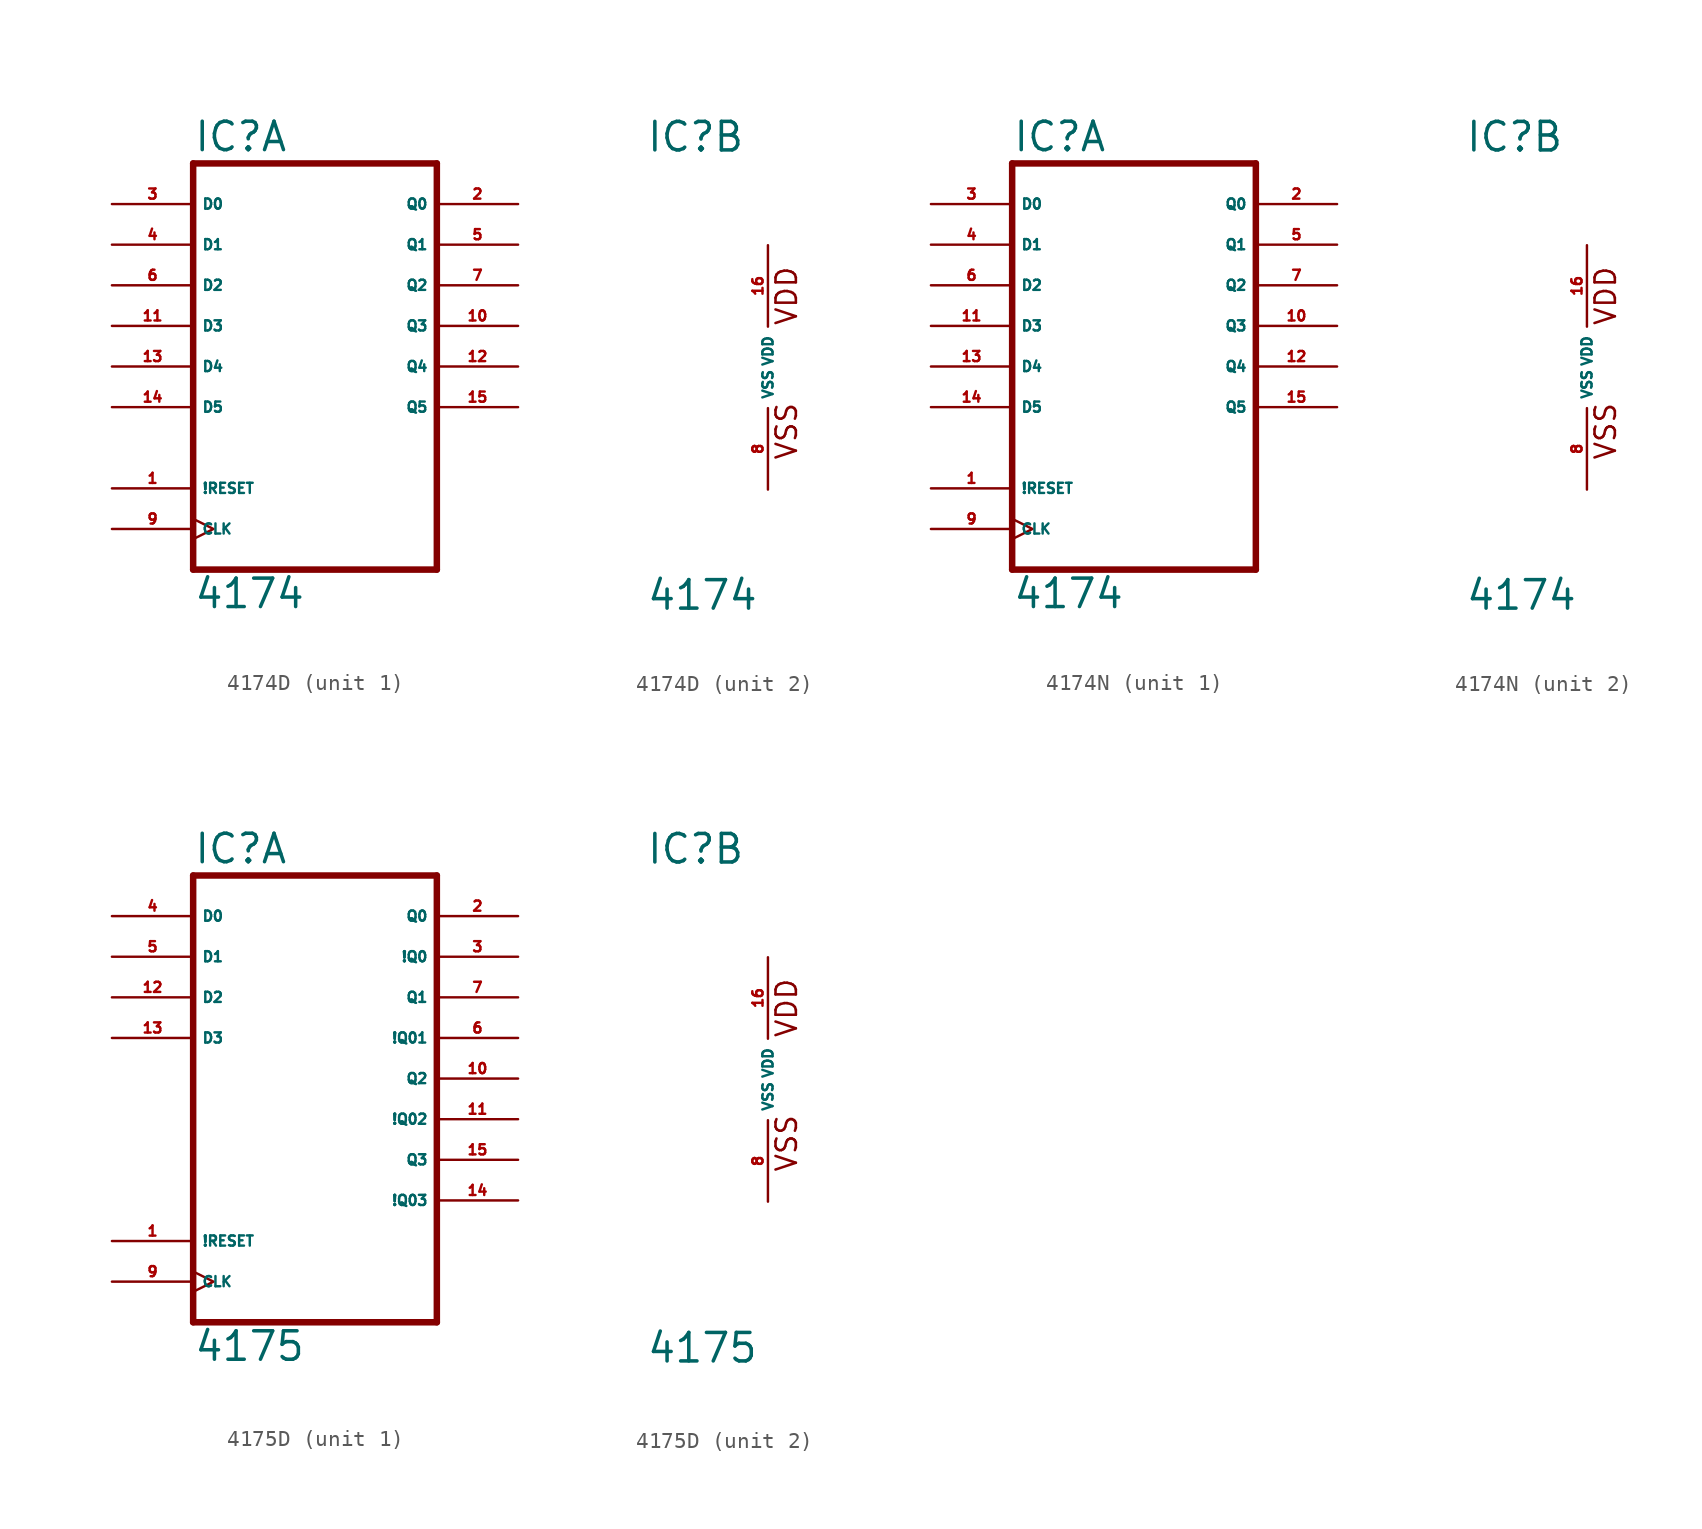
<source format=kicad_sym>
(kicad_symbol_lib
  (version 20220914)
  (generator Eagle2Kicad)
  (symbol "4174D"
    (property "Reference" "IC"
      (at -7.62 13.335 0)
      (effects (font (size 1.778 1.778) (thickness 0.22)) (justify left bottom)))
    (property "Value" "4174"
      (at -7.62 -15.24 0)
      (effects (font (size 1.778 1.778) (thickness 0.22)) (justify left bottom)))
    (symbol "4174D_1_0"
      (polyline (pts (xy -7.62 -12.7) (xy 7.62 -12.7)) (stroke (width 0.406) (type default)) (fill (type none)))
      (polyline (pts (xy 7.62 -12.7) (xy 7.62 12.7)) (stroke (width 0.406) (type default)) (fill (type none)))
      (polyline (pts (xy 7.62 12.7) (xy -7.62 12.7)) (stroke (width 0.406) (type default)) (fill (type none)))
      (polyline (pts (xy -7.62 12.7) (xy -7.62 -12.7)) (stroke (width 0.406) (type default)) (fill (type none)))
      (pin input line (at -12.7 -7.62 0) (length 5.08) (name "!RESET" (effects (font (size 0.635 0.635) (thickness 0.08)) (justify left bottom))) (number "1" (effects (font (size 0.635 0.635) (thickness 0.08)) (justify left bottom))))
      (pin input line (at -12.7 10.16 0) (length 5.08) (name "D0" (effects (font (size 0.635 0.635) (thickness 0.08)) (justify left bottom))) (number "3" (effects (font (size 0.635 0.635) (thickness 0.08)) (justify left bottom))))
      (pin output line (at 12.7 10.16 180) (length 5.08) (name "Q0" (effects (font (size 0.635 0.635) (thickness 0.08)) (justify left bottom))) (number "2" (effects (font (size 0.635 0.635) (thickness 0.08)) (justify left bottom))))
      (pin input clock (at -12.7 -10.16 0) (length 5.08) (name "CLK" (effects (font (size 0.635 0.635) (thickness 0.08)) (justify left bottom))) (number "9" (effects (font (size 0.635 0.635) (thickness 0.08)) (justify left bottom))))
      (pin input line (at -12.7 7.62 0) (length 5.08) (name "D1" (effects (font (size 0.635 0.635) (thickness 0.08)) (justify left bottom))) (number "4" (effects (font (size 0.635 0.635) (thickness 0.08)) (justify left bottom))))
      (pin input line (at -12.7 5.08 0) (length 5.08) (name "D2" (effects (font (size 0.635 0.635) (thickness 0.08)) (justify left bottom))) (number "6" (effects (font (size 0.635 0.635) (thickness 0.08)) (justify left bottom))))
      (pin input line (at -12.7 2.54 0) (length 5.08) (name "D3" (effects (font (size 0.635 0.635) (thickness 0.08)) (justify left bottom))) (number "11" (effects (font (size 0.635 0.635) (thickness 0.08)) (justify left bottom))))
      (pin input line (at -12.7 0 0) (length 5.08) (name "D4" (effects (font (size 0.635 0.635) (thickness 0.08)) (justify left bottom))) (number "13" (effects (font (size 0.635 0.635) (thickness 0.08)) (justify left bottom))))
      (pin input line (at -12.7 -2.54 0) (length 5.08) (name "D5" (effects (font (size 0.635 0.635) (thickness 0.08)) (justify left bottom))) (number "14" (effects (font (size 0.635 0.635) (thickness 0.08)) (justify left bottom))))
      (pin output line (at 12.7 7.62 180) (length 5.08) (name "Q1" (effects (font (size 0.635 0.635) (thickness 0.08)) (justify left bottom))) (number "5" (effects (font (size 0.635 0.635) (thickness 0.08)) (justify left bottom))))
      (pin output line (at 12.7 5.08 180) (length 5.08) (name "Q2" (effects (font (size 0.635 0.635) (thickness 0.08)) (justify left bottom))) (number "7" (effects (font (size 0.635 0.635) (thickness 0.08)) (justify left bottom))))
      (pin output line (at 12.7 2.54 180) (length 5.08) (name "Q3" (effects (font (size 0.635 0.635) (thickness 0.08)) (justify left bottom))) (number "10" (effects (font (size 0.635 0.635) (thickness 0.08)) (justify left bottom))))
      (pin output line (at 12.7 0 180) (length 5.08) (name "Q4" (effects (font (size 0.635 0.635) (thickness 0.08)) (justify left bottom))) (number "12" (effects (font (size 0.635 0.635) (thickness 0.08)) (justify left bottom))))
      (pin output line (at 12.7 -2.54 180) (length 5.08) (name "Q5" (effects (font (size 0.635 0.635) (thickness 0.08)) (justify left bottom))) (number "15" (effects (font (size 0.635 0.635) (thickness 0.08)) (justify left bottom)))))
    (symbol "4174D_2_0"
      (text "VDD" (at 1.905 2.54 900) (effects (font (size 1.27 1.27) (thickness 0.16)) (justify left bottom)))
      (text "VSS" (at 1.905 -5.842 900) (effects (font (size 1.27 1.27) (thickness 0.16)) (justify left bottom)))
      (pin unspecified line (at 0 -7.62 90) (length 5.08) (name "VSS" (effects (font (size 0.635 0.635) (thickness 0.08)) (justify left bottom))) (number "8" (effects (font (size 0.635 0.635) (thickness 0.08)) (justify left bottom))))
      (pin unspecified line (at 0 7.62 270) (length 5.08) (name "VDD" (effects (font (size 0.635 0.635) (thickness 0.08)) (justify left bottom))) (number "16" (effects (font (size 0.635 0.635) (thickness 0.08)) (justify left bottom))))))
  (symbol "4174N"
    (property "Reference" "IC"
      (at -7.62 13.335 0)
      (effects (font (size 1.778 1.778) (thickness 0.22)) (justify left bottom)))
    (property "Value" "4174"
      (at -7.62 -15.24 0)
      (effects (font (size 1.778 1.778) (thickness 0.22)) (justify left bottom)))
    (symbol "4174N_1_0"
      (polyline (pts (xy -7.62 -12.7) (xy 7.62 -12.7)) (stroke (width 0.406) (type default)) (fill (type none)))
      (polyline (pts (xy 7.62 -12.7) (xy 7.62 12.7)) (stroke (width 0.406) (type default)) (fill (type none)))
      (polyline (pts (xy 7.62 12.7) (xy -7.62 12.7)) (stroke (width 0.406) (type default)) (fill (type none)))
      (polyline (pts (xy -7.62 12.7) (xy -7.62 -12.7)) (stroke (width 0.406) (type default)) (fill (type none)))
      (pin input line (at -12.7 -7.62 0) (length 5.08) (name "!RESET" (effects (font (size 0.635 0.635) (thickness 0.08)) (justify left bottom))) (number "1" (effects (font (size 0.635 0.635) (thickness 0.08)) (justify left bottom))))
      (pin input line (at -12.7 10.16 0) (length 5.08) (name "D0" (effects (font (size 0.635 0.635) (thickness 0.08)) (justify left bottom))) (number "3" (effects (font (size 0.635 0.635) (thickness 0.08)) (justify left bottom))))
      (pin output line (at 12.7 10.16 180) (length 5.08) (name "Q0" (effects (font (size 0.635 0.635) (thickness 0.08)) (justify left bottom))) (number "2" (effects (font (size 0.635 0.635) (thickness 0.08)) (justify left bottom))))
      (pin input clock (at -12.7 -10.16 0) (length 5.08) (name "CLK" (effects (font (size 0.635 0.635) (thickness 0.08)) (justify left bottom))) (number "9" (effects (font (size 0.635 0.635) (thickness 0.08)) (justify left bottom))))
      (pin input line (at -12.7 7.62 0) (length 5.08) (name "D1" (effects (font (size 0.635 0.635) (thickness 0.08)) (justify left bottom))) (number "4" (effects (font (size 0.635 0.635) (thickness 0.08)) (justify left bottom))))
      (pin input line (at -12.7 5.08 0) (length 5.08) (name "D2" (effects (font (size 0.635 0.635) (thickness 0.08)) (justify left bottom))) (number "6" (effects (font (size 0.635 0.635) (thickness 0.08)) (justify left bottom))))
      (pin input line (at -12.7 2.54 0) (length 5.08) (name "D3" (effects (font (size 0.635 0.635) (thickness 0.08)) (justify left bottom))) (number "11" (effects (font (size 0.635 0.635) (thickness 0.08)) (justify left bottom))))
      (pin input line (at -12.7 0 0) (length 5.08) (name "D4" (effects (font (size 0.635 0.635) (thickness 0.08)) (justify left bottom))) (number "13" (effects (font (size 0.635 0.635) (thickness 0.08)) (justify left bottom))))
      (pin input line (at -12.7 -2.54 0) (length 5.08) (name "D5" (effects (font (size 0.635 0.635) (thickness 0.08)) (justify left bottom))) (number "14" (effects (font (size 0.635 0.635) (thickness 0.08)) (justify left bottom))))
      (pin output line (at 12.7 7.62 180) (length 5.08) (name "Q1" (effects (font (size 0.635 0.635) (thickness 0.08)) (justify left bottom))) (number "5" (effects (font (size 0.635 0.635) (thickness 0.08)) (justify left bottom))))
      (pin output line (at 12.7 5.08 180) (length 5.08) (name "Q2" (effects (font (size 0.635 0.635) (thickness 0.08)) (justify left bottom))) (number "7" (effects (font (size 0.635 0.635) (thickness 0.08)) (justify left bottom))))
      (pin output line (at 12.7 2.54 180) (length 5.08) (name "Q3" (effects (font (size 0.635 0.635) (thickness 0.08)) (justify left bottom))) (number "10" (effects (font (size 0.635 0.635) (thickness 0.08)) (justify left bottom))))
      (pin output line (at 12.7 0 180) (length 5.08) (name "Q4" (effects (font (size 0.635 0.635) (thickness 0.08)) (justify left bottom))) (number "12" (effects (font (size 0.635 0.635) (thickness 0.08)) (justify left bottom))))
      (pin output line (at 12.7 -2.54 180) (length 5.08) (name "Q5" (effects (font (size 0.635 0.635) (thickness 0.08)) (justify left bottom))) (number "15" (effects (font (size 0.635 0.635) (thickness 0.08)) (justify left bottom)))))
    (symbol "4174N_2_0"
      (text "VDD" (at 1.905 2.54 900) (effects (font (size 1.27 1.27) (thickness 0.16)) (justify left bottom)))
      (text "VSS" (at 1.905 -5.842 900) (effects (font (size 1.27 1.27) (thickness 0.16)) (justify left bottom)))
      (pin unspecified line (at 0 -7.62 90) (length 5.08) (name "VSS" (effects (font (size 0.635 0.635) (thickness 0.08)) (justify left bottom))) (number "8" (effects (font (size 0.635 0.635) (thickness 0.08)) (justify left bottom))))
      (pin unspecified line (at 0 7.62 270) (length 5.08) (name "VDD" (effects (font (size 0.635 0.635) (thickness 0.08)) (justify left bottom))) (number "16" (effects (font (size 0.635 0.635) (thickness 0.08)) (justify left bottom))))))
  (symbol "4175D"
    (property "Reference" "IC"
      (at -7.62 13.335 0)
      (effects (font (size 1.778 1.778) (thickness 0.22)) (justify left bottom)))
    (property "Value" "4175"
      (at -7.62 -17.78 0)
      (effects (font (size 1.778 1.778) (thickness 0.22)) (justify left bottom)))
    (symbol "4175D_1_0"
      (polyline (pts (xy -7.62 -15.24) (xy 7.62 -15.24)) (stroke (width 0.406) (type default)) (fill (type none)))
      (polyline (pts (xy 7.62 -15.24) (xy 7.62 12.7)) (stroke (width 0.406) (type default)) (fill (type none)))
      (polyline (pts (xy 7.62 12.7) (xy -7.62 12.7)) (stroke (width 0.406) (type default)) (fill (type none)))
      (polyline (pts (xy -7.62 12.7) (xy -7.62 -15.24)) (stroke (width 0.406) (type default)) (fill (type none)))
      (pin input line (at -12.7 -10.16 0) (length 5.08) (name "!RESET" (effects (font (size 0.635 0.635) (thickness 0.08)) (justify left bottom))) (number "1" (effects (font (size 0.635 0.635) (thickness 0.08)) (justify left bottom))))
      (pin input line (at -12.7 10.16 0) (length 5.08) (name "D0" (effects (font (size 0.635 0.635) (thickness 0.08)) (justify left bottom))) (number "4" (effects (font (size 0.635 0.635) (thickness 0.08)) (justify left bottom))))
      (pin output line (at 12.7 10.16 180) (length 5.08) (name "Q0" (effects (font (size 0.635 0.635) (thickness 0.08)) (justify left bottom))) (number "2" (effects (font (size 0.635 0.635) (thickness 0.08)) (justify left bottom))))
      (pin input clock (at -12.7 -12.7 0) (length 5.08) (name "CLK" (effects (font (size 0.635 0.635) (thickness 0.08)) (justify left bottom))) (number "9" (effects (font (size 0.635 0.635) (thickness 0.08)) (justify left bottom))))
      (pin input line (at -12.7 7.62 0) (length 5.08) (name "D1" (effects (font (size 0.635 0.635) (thickness 0.08)) (justify left bottom))) (number "5" (effects (font (size 0.635 0.635) (thickness 0.08)) (justify left bottom))))
      (pin input line (at -12.7 5.08 0) (length 5.08) (name "D2" (effects (font (size 0.635 0.635) (thickness 0.08)) (justify left bottom))) (number "12" (effects (font (size 0.635 0.635) (thickness 0.08)) (justify left bottom))))
      (pin input line (at -12.7 2.54 0) (length 5.08) (name "D3" (effects (font (size 0.635 0.635) (thickness 0.08)) (justify left bottom))) (number "13" (effects (font (size 0.635 0.635) (thickness 0.08)) (justify left bottom))))
      (pin output line (at 12.7 5.08 180) (length 5.08) (name "Q1" (effects (font (size 0.635 0.635) (thickness 0.08)) (justify left bottom))) (number "7" (effects (font (size 0.635 0.635) (thickness 0.08)) (justify left bottom))))
      (pin output line (at 12.7 0 180) (length 5.08) (name "Q2" (effects (font (size 0.635 0.635) (thickness 0.08)) (justify left bottom))) (number "10" (effects (font (size 0.635 0.635) (thickness 0.08)) (justify left bottom))))
      (pin output line (at 12.7 -5.08 180) (length 5.08) (name "Q3" (effects (font (size 0.635 0.635) (thickness 0.08)) (justify left bottom))) (number "15" (effects (font (size 0.635 0.635) (thickness 0.08)) (justify left bottom))))
      (pin output line (at 12.7 7.62 180) (length 5.08) (name "!Q0" (effects (font (size 0.635 0.635) (thickness 0.08)) (justify left bottom))) (number "3" (effects (font (size 0.635 0.635) (thickness 0.08)) (justify left bottom))))
      (pin output line (at 12.7 2.54 180) (length 5.08) (name "!Q01" (effects (font (size 0.635 0.635) (thickness 0.08)) (justify left bottom))) (number "6" (effects (font (size 0.635 0.635) (thickness 0.08)) (justify left bottom))))
      (pin output line (at 12.7 -2.54 180) (length 5.08) (name "!Q02" (effects (font (size 0.635 0.635) (thickness 0.08)) (justify left bottom))) (number "11" (effects (font (size 0.635 0.635) (thickness 0.08)) (justify left bottom))))
      (pin output line (at 12.7 -7.62 180) (length 5.08) (name "!Q03" (effects (font (size 0.635 0.635) (thickness 0.08)) (justify left bottom))) (number "14" (effects (font (size 0.635 0.635) (thickness 0.08)) (justify left bottom)))))
    (symbol "4175D_2_0"
      (text "VDD" (at 1.905 2.54 900) (effects (font (size 1.27 1.27) (thickness 0.16)) (justify left bottom)))
      (text "VSS" (at 1.905 -5.842 900) (effects (font (size 1.27 1.27) (thickness 0.16)) (justify left bottom)))
      (pin unspecified line (at 0 -7.62 90) (length 5.08) (name "VSS" (effects (font (size 0.635 0.635) (thickness 0.08)) (justify left bottom))) (number "8" (effects (font (size 0.635 0.635) (thickness 0.08)) (justify left bottom))))
      (pin unspecified line (at 0 7.62 270) (length 5.08) (name "VDD" (effects (font (size 0.635 0.635) (thickness 0.08)) (justify left bottom))) (number "16" (effects (font (size 0.635 0.635) (thickness 0.08)) (justify left bottom)))))))
</source>
